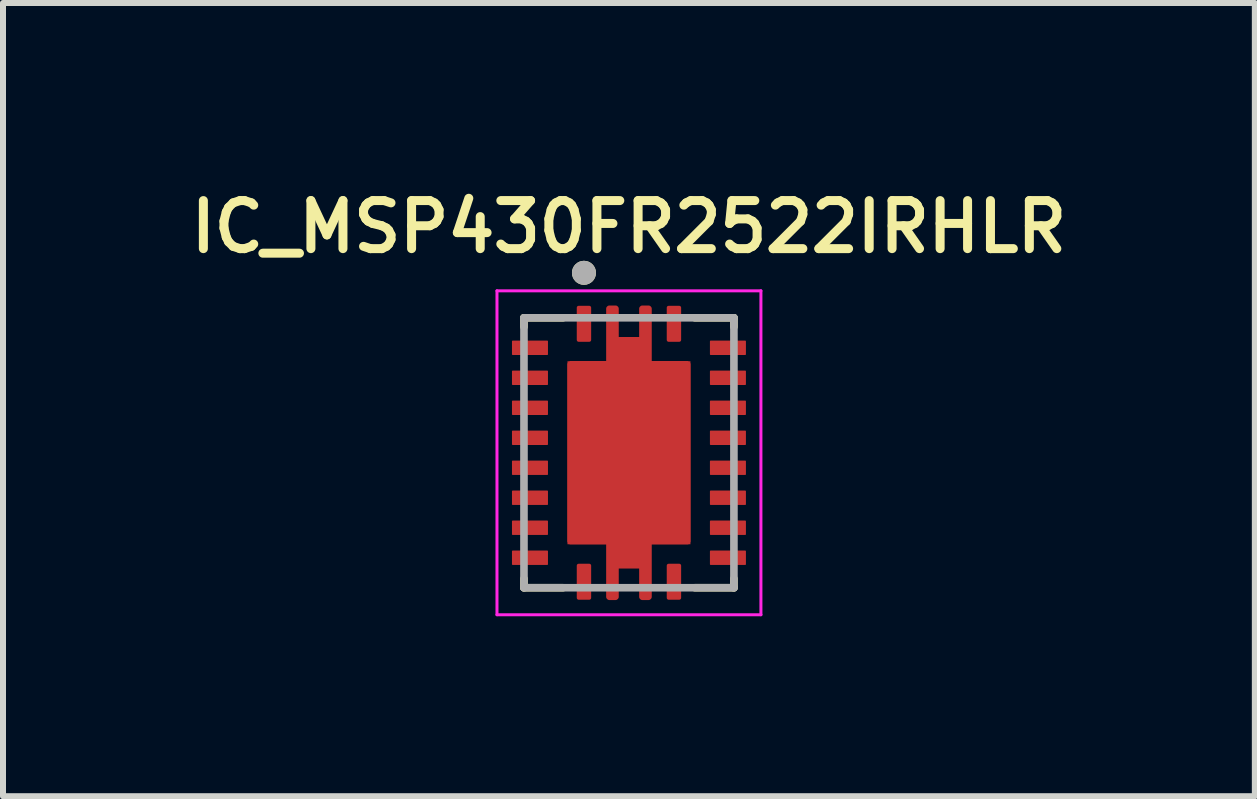
<source format=kicad_pcb>
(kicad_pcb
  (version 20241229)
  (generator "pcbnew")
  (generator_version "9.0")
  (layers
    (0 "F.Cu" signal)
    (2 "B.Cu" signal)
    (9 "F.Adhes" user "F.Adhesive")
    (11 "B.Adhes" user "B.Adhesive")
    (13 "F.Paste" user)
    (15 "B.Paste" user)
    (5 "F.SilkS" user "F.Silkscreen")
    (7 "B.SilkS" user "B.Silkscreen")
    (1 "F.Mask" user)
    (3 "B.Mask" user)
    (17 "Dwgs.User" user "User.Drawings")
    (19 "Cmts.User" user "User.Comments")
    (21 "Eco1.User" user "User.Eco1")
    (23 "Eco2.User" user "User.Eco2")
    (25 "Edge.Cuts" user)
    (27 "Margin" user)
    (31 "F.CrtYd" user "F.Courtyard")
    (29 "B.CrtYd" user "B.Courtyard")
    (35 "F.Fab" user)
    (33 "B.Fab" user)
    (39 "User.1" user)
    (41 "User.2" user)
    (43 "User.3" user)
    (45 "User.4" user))
  (footprint "IC_MSP430FR2522IRHLR"
    (layer "F.Cu")
    (at 7.435 4.498)
    (property "Reference" "IC_MSP430FR2522IRHLR" (at 0 -3.766 0) (layer "F.SilkS") (effects (font (size 0.801 0.801) (thickness 0.15))))
    (attr smd)
    (fp_poly (pts (xy -0.477 -1.627) (xy -0.477 -2.4) (xy -0.477 -2.408) (xy -0.476 -2.416) (xy -0.475 -2.424) (xy -0.474 -2.432) (xy -0.472 -2.439) (xy -0.47 -2.447) (xy -0.467 -2.454) (xy -0.464 -2.462) (xy -0.46 -2.469) (xy -0.457 -2.476) (xy -0.452 -2.483) (xy -0.448 -2.489) (xy -0.443 -2.496) (xy -0.438 -2.502) (xy -0.432 -2.507) (xy -0.427 -2.513) (xy -0.421 -2.518) (xy -0.414 -2.523) (xy -0.408 -2.527) (xy -0.401 -2.532) (xy -0.394 -2.535) (xy -0.387 -2.539) (xy -0.379 -2.542) (xy -0.372 -2.545) (xy -0.364 -2.547) (xy -0.357 -2.549) (xy -0.349 -2.55) (xy -0.341 -2.551) (xy -0.333 -2.552) (xy -0.325 -2.552) (xy -0.225 -2.552) (xy -0.217 -2.552) (xy -0.209 -2.551) (xy -0.201 -2.55) (xy -0.193 -2.549) (xy -0.186 -2.547) (xy -0.178 -2.545) (xy -0.171 -2.542) (xy -0.163 -2.539) (xy -0.156 -2.535) (xy -0.149 -2.532) (xy -0.142 -2.527) (xy -0.136 -2.523) (xy -0.129 -2.518) (xy -0.123 -2.513) (xy -0.118 -2.507) (xy -0.112 -2.502) (xy -0.107 -2.496) (xy -0.102 -2.489) (xy -0.098 -2.483) (xy -0.093 -2.476) (xy -0.09 -2.469) (xy -0.086 -2.462) (xy -0.083 -2.454) (xy -0.08 -2.447) (xy -0.078 -2.439) (xy -0.076 -2.432) (xy -0.075 -2.424) (xy -0.074 -2.416) (xy -0.073 -2.408) (xy -0.073 -2.4) (xy -0.073 -2.027) (xy 0.072 -2.027) (xy 0.073 -2.027) (xy 0.073 -2.402) (xy 0.073 -2.41) (xy 0.074 -2.418) (xy 0.075 -2.425) (xy 0.076 -2.433) (xy 0.078 -2.441) (xy 0.08 -2.448) (xy 0.083 -2.456) (xy 0.086 -2.463) (xy 0.089 -2.47) (xy 0.093 -2.477) (xy 0.097 -2.484) (xy 0.102 -2.49) (xy 0.106 -2.496) (xy 0.112 -2.502) (xy 0.117 -2.508) (xy 0.123 -2.513) (xy 0.129 -2.519) (xy 0.135 -2.523) (xy 0.141 -2.528) (xy 0.148 -2.532) (xy 0.155 -2.536) (xy 0.162 -2.539) (xy 0.169 -2.542) (xy 0.177 -2.545) (xy 0.184 -2.547) (xy 0.192 -2.549) (xy 0.2 -2.55) (xy 0.207 -2.551) (xy 0.215 -2.552) (xy 0.223 -2.552) (xy 0.326 -2.552) (xy 0.334 -2.552) (xy 0.342 -2.551) (xy 0.35 -2.55) (xy 0.357 -2.549) (xy 0.365 -2.547) (xy 0.373 -2.545) (xy 0.38 -2.542) (xy 0.387 -2.539) (xy 0.395 -2.536) (xy 0.401 -2.532) (xy 0.408 -2.528) (xy 0.415 -2.523) (xy 0.421 -2.518) (xy 0.427 -2.513) (xy 0.433 -2.508) (xy 0.438 -2.502) (xy 0.443 -2.496) (xy 0.448 -2.49) (xy 0.453 -2.483) (xy 0.457 -2.476) (xy 0.461 -2.47) (xy 0.464 -2.462) (xy 0.467 -2.455) (xy 0.47 -2.448) (xy 0.472 -2.44) (xy 0.474 -2.432) (xy 0.475 -2.425) (xy 0.476 -2.417) (xy 0.477 -2.409) (xy 0.477 -2.401) (xy 0.477 -1.627) (xy 0.975 -1.627) (xy 0.983 -1.627) (xy 0.991 -1.626) (xy 0.999 -1.625) (xy 1.007 -1.624) (xy 1.014 -1.622) (xy 1.022 -1.62) (xy 1.029 -1.617) (xy 1.037 -1.614) (xy 1.044 -1.61) (xy 1.051 -1.607) (xy 1.058 -1.602) (xy 1.064 -1.598) (xy 1.071 -1.593) (xy 1.077 -1.588) (xy 1.082 -1.582) (xy 1.088 -1.577) (xy 1.093 -1.571) (xy 1.098 -1.564) (xy 1.102 -1.558) (xy 1.107 -1.551) (xy 1.11 -1.544) (xy 1.114 -1.537) (xy 1.117 -1.529) (xy 1.12 -1.522) (xy 1.122 -1.514) (xy 1.124 -1.507) (xy 1.125 -1.499) (xy 1.126 -1.491) (xy 1.127 -1.483) (xy 1.127 -1.475) (xy 1.127 1.476) (xy 1.127 1.484) (xy 1.126 1.492) (xy 1.125 1.499) (xy 1.124 1.507) (xy 1.122 1.515) (xy 1.12 1.522) (xy 1.117 1.53) (xy 1.114 1.537) (xy 1.111 1.544) (xy 1.107 1.551) (xy 1.103 1.558) (xy 1.098 1.564) (xy 1.094 1.57) (xy 1.088 1.576) (xy 1.083 1.582) (xy 1.077 1.587) (xy 1.071 1.593) (xy 1.065 1.597) (xy 1.059 1.602) (xy 1.052 1.606) (xy 1.045 1.61) (xy 1.038 1.613) (xy 1.031 1.616) (xy 1.023 1.619) (xy 1.016 1.621) (xy 1.008 1.623) (xy 1 1.624) (xy 0.993 1.625) (xy 0.985 1.626) (xy 0.977 1.626) (xy 0.478 1.626) (xy 0.477 1.626) (xy 0.477 1.627) (xy 0.477 2.401) (xy 0.477 2.409) (xy 0.476 2.417) (xy 0.475 2.424) (xy 0.474 2.432) (xy 0.472 2.44) (xy 0.47 2.447) (xy 0.467 2.455) (xy 0.464 2.462) (xy 0.461 2.469) (xy 0.457 2.476) (xy 0.453 2.483) (xy 0.448 2.489) (xy 0.444 2.495) (xy 0.438 2.501) (xy 0.433 2.507) (xy 0.427 2.512) (xy 0.421 2.518) (xy 0.415 2.522) (xy 0.409 2.527) (xy 0.402 2.531) (xy 0.395 2.535) (xy 0.388 2.538) (xy 0.381 2.541) (xy 0.373 2.544) (xy 0.366 2.546) (xy 0.358 2.548) (xy 0.35 2.549) (xy 0.343 2.55) (xy 0.335 2.551) (xy 0.327 2.551) (xy 0.222 2.551) (xy 0.214 2.551) (xy 0.206 2.55) (xy 0.199 2.549) (xy 0.191 2.548) (xy 0.183 2.546) (xy 0.176 2.544) (xy 0.169 2.541) (xy 0.161 2.538) (xy 0.154 2.535) (xy 0.147 2.531) (xy 0.141 2.527) (xy 0.134 2.523) (xy 0.128 2.518) (xy 0.122 2.513) (xy 0.117 2.507) (xy 0.111 2.502) (xy 0.106 2.496) (xy 0.101 2.49) (xy 0.097 2.483) (xy 0.093 2.477) (xy 0.089 2.47) (xy 0.086 2.463) (xy 0.083 2.455) (xy 0.08 2.448) (xy 0.078 2.441) (xy 0.076 2.433) (xy 0.075 2.425) (xy 0.074 2.418) (xy 0.073 2.41) (xy 0.073 2.402) (xy 0.073 2.027) (xy -0.072 2.027) (xy -0.073 2.027) (xy -0.073 2.028) (xy -0.073 2.401) (xy -0.073 2.409) (xy -0.074 2.417) (xy -0.075 2.424) (xy -0.076 2.432) (xy -0.078 2.44) (xy -0.08 2.447) (xy -0.083 2.455) (xy -0.086 2.462) (xy -0.089 2.469) (xy -0.093 2.476) (xy -0.097 2.483) (xy -0.102 2.489) (xy -0.106 2.495) (xy -0.112 2.501) (xy -0.117 2.507) (xy -0.123 2.512) (xy -0.129 2.518) (xy -0.135 2.522) (xy -0.141 2.527) (xy -0.148 2.531) (xy -0.155 2.535) (xy -0.162 2.538) (xy -0.169 2.541) (xy -0.177 2.544) (xy -0.184 2.546) (xy -0.192 2.548) (xy -0.2 2.549) (xy -0.207 2.55) (xy -0.215 2.551) (xy -0.223 2.551) (xy -0.329 2.551) (xy -0.337 2.551) (xy -0.344 2.55) (xy -0.352 2.549) (xy -0.36 2.548) (xy -0.367 2.546) (xy -0.375 2.544) (xy -0.382 2.541) (xy -0.389 2.538) (xy -0.396 2.535) (xy -0.403 2.531) (xy -0.41 2.527) (xy -0.416 2.523) (xy -0.422 2.518) (xy -0.428 2.513) (xy -0.434 2.508) (xy -0.439 2.502) (xy -0.444 2.496) (xy -0.449 2.49) (xy -0.453 2.484) (xy -0.457 2.477) (xy -0.461 2.47) (xy -0.464 2.463) (xy -0.467 2.456) (xy -0.47 2.449) (xy -0.472 2.441) (xy -0.474 2.434) (xy -0.475 2.426) (xy -0.476 2.418) (xy -0.477 2.411) (xy -0.477 2.403) (xy -0.477 1.627) (xy -0.975 1.627) (xy -0.983 1.627) (xy -0.991 1.626) (xy -0.999 1.625) (xy -1.007 1.624) (xy -1.014 1.622) (xy -1.022 1.62) (xy -1.029 1.617) (xy -1.037 1.614) (xy -1.044 1.61) (xy -1.051 1.607) (xy -1.058 1.602) (xy -1.064 1.598) (xy -1.071 1.593) (xy -1.077 1.588) (xy -1.082 1.582) (xy -1.088 1.577) (xy -1.093 1.571) (xy -1.098 1.564) (xy -1.102 1.558) (xy -1.107 1.551) (xy -1.11 1.544) (xy -1.114 1.537) (xy -1.117 1.529) (xy -1.12 1.522) (xy -1.122 1.514) (xy -1.124 1.507) (xy -1.125 1.499) (xy -1.126 1.491) (xy -1.127 1.483) (xy -1.127 1.475) (xy -1.127 -1.474) (xy -1.127 -1.482) (xy -1.126 -1.49) (xy -1.125 -1.498) (xy -1.124 -1.506) (xy -1.122 -1.513) (xy -1.12 -1.521) (xy -1.117 -1.528) (xy -1.114 -1.536) (xy -1.11 -1.543) (xy -1.107 -1.55) (xy -1.102 -1.557) (xy -1.098 -1.563) (xy -1.093 -1.57) (xy -1.088 -1.576) (xy -1.082 -1.581) (xy -1.077 -1.587) (xy -1.071 -1.592) (xy -1.064 -1.597) (xy -1.058 -1.601) (xy -1.051 -1.606) (xy -1.044 -1.609) (xy -1.037 -1.613) (xy -1.029 -1.616) (xy -1.022 -1.619) (xy -1.014 -1.621) (xy -1.007 -1.623) (xy -0.999 -1.624) (xy -0.991 -1.625) (xy -0.983 -1.626) (xy -0.975 -1.626) (xy -0.478 -1.626) (xy -0.477 -1.626) (xy -0.477 -1.627)) (stroke (width 0.01) (type solid)) (fill yes) (layer "F.Mask"))
    (fp_line (start -1.75 -2.25) (end -1.1 -2.25) (stroke (width 0.127) (type solid)) (layer "F.SilkS"))
    (fp_line (start -1.75 -2.1) (end -1.75 -2.25) (stroke (width 0.127) (type solid)) (layer "F.SilkS"))
    (fp_line (start -1.75 2.1) (end -1.75 2.25) (stroke (width 0.127) (type solid)) (layer "F.SilkS"))
    (fp_line (start -1.75 2.25) (end -1.1 2.25) (stroke (width 0.127) (type solid)) (layer "F.SilkS"))
    (fp_line (start 1.1 -2.25) (end 1.75 -2.25) (stroke (width 0.127) (type solid)) (layer "F.SilkS"))
    (fp_line (start 1.1 2.25) (end 1.75 2.25) (stroke (width 0.127) (type solid)) (layer "F.SilkS"))
    (fp_line (start 1.75 -2.25) (end 1.75 -2.1) (stroke (width 0.127) (type solid)) (layer "F.SilkS"))
    (fp_line (start 1.75 2.25) (end 1.75 2.1) (stroke (width 0.127) (type solid)) (layer "F.SilkS"))
    (fp_circle (center -0.75 -3) (end -0.65 -3) (stroke (width 0.2) (type solid)) (fill no) (layer "F.SilkS"))
    (fp_poly (pts (xy -1.02 -1.425) (xy -1.02 -0.675) (xy -1.02 -0.672) (xy -1.02 -0.67) (xy -1.019 -0.667) (xy -1.019 -0.665) (xy -1.018 -0.662) (xy -1.018 -0.66) (xy -1.017 -0.657) (xy -1.016 -0.655) (xy -1.015 -0.652) (xy -1.013 -0.65) (xy -1.012 -0.648) (xy -1.01 -0.646) (xy -1.009 -0.644) (xy -1.007 -0.642) (xy -1.005 -0.64) (xy -1.003 -0.638) (xy -1.001 -0.636) (xy -0.999 -0.635) (xy -0.997 -0.633) (xy -0.995 -0.632) (xy -0.993 -0.63) (xy -0.99 -0.629) (xy -0.988 -0.628) (xy -0.985 -0.627) (xy -0.983 -0.627) (xy -0.98 -0.626) (xy -0.978 -0.626) (xy -0.975 -0.625) (xy -0.973 -0.625) (xy -0.97 -0.625) (xy -0.15 -0.625) (xy -0.147 -0.625) (xy -0.145 -0.625) (xy -0.142 -0.626) (xy -0.14 -0.626) (xy -0.137 -0.627) (xy -0.135 -0.627) (xy -0.132 -0.628) (xy -0.13 -0.629) (xy -0.127 -0.63) (xy -0.125 -0.632) (xy -0.123 -0.633) (xy -0.121 -0.635) (xy -0.119 -0.636) (xy -0.117 -0.638) (xy -0.115 -0.64) (xy -0.113 -0.642) (xy -0.111 -0.644) (xy -0.11 -0.646) (xy -0.108 -0.648) (xy -0.107 -0.65) (xy -0.105 -0.652) (xy -0.104 -0.655) (xy -0.103 -0.657) (xy -0.102 -0.66) (xy -0.102 -0.662) (xy -0.101 -0.665) (xy -0.101 -0.667) (xy -0.1 -0.67) (xy -0.1 -0.672) (xy -0.1 -0.675) (xy -0.1 -1.425) (xy -0.1 -1.428) (xy -0.1 -1.43) (xy -0.101 -1.433) (xy -0.101 -1.435) (xy -0.102 -1.438) (xy -0.102 -1.44) (xy -0.103 -1.443) (xy -0.104 -1.445) (xy -0.105 -1.448) (xy -0.107 -1.45) (xy -0.108 -1.452) (xy -0.11 -1.454) (xy -0.111 -1.456) (xy -0.113 -1.458) (xy -0.115 -1.46) (xy -0.117 -1.462) (xy -0.119 -1.464) (xy -0.121 -1.465) (xy -0.123 -1.467) (xy -0.125 -1.468) (xy -0.127 -1.47) (xy -0.13 -1.471) (xy -0.132 -1.472) (xy -0.135 -1.473) (xy -0.137 -1.473) (xy -0.14 -1.474) (xy -0.142 -1.474) (xy -0.145 -1.475) (xy -0.147 -1.475) (xy -0.15 -1.475) (xy -0.97 -1.475) (xy -0.973 -1.475) (xy -0.975 -1.475) (xy -0.978 -1.474) (xy -0.98 -1.474) (xy -0.983 -1.473) (xy -0.985 -1.473) (xy -0.988 -1.472) (xy -0.99 -1.471) (xy -0.993 -1.47) (xy -0.995 -1.468) (xy -0.997 -1.467) (xy -0.999 -1.465) (xy -1.001 -1.464) (xy -1.003 -1.462) (xy -1.005 -1.46) (xy -1.007 -1.458) (xy -1.009 -1.456) (xy -1.01 -1.454) (xy -1.012 -1.452) (xy -1.013 -1.45) (xy -1.015 -1.448) (xy -1.016 -1.445) (xy -1.017 -1.443) (xy -1.018 -1.44) (xy -1.018 -1.438) (xy -1.019 -1.435) (xy -1.019 -1.433) (xy -1.02 -1.43) (xy -1.02 -1.428) (xy -1.02 -1.425)) (stroke (width 0.01) (type solid)) (fill yes) (layer "F.Paste"))
    (fp_poly (pts (xy -1.02 0.675) (xy -1.02 1.425) (xy -1.02 1.428) (xy -1.02 1.43) (xy -1.019 1.433) (xy -1.019 1.435) (xy -1.018 1.438) (xy -1.018 1.44) (xy -1.017 1.443) (xy -1.016 1.445) (xy -1.015 1.448) (xy -1.013 1.45) (xy -1.012 1.452) (xy -1.01 1.454) (xy -1.009 1.456) (xy -1.007 1.458) (xy -1.005 1.46) (xy -1.003 1.462) (xy -1.001 1.464) (xy -0.999 1.465) (xy -0.997 1.467) (xy -0.995 1.468) (xy -0.993 1.47) (xy -0.99 1.471) (xy -0.988 1.472) (xy -0.985 1.473) (xy -0.983 1.473) (xy -0.98 1.474) (xy -0.978 1.474) (xy -0.975 1.475) (xy -0.973 1.475) (xy -0.97 1.475) (xy -0.15 1.475) (xy -0.147 1.475) (xy -0.145 1.475) (xy -0.142 1.474) (xy -0.14 1.474) (xy -0.137 1.473) (xy -0.135 1.473) (xy -0.132 1.472) (xy -0.13 1.471) (xy -0.127 1.47) (xy -0.125 1.468) (xy -0.123 1.467) (xy -0.121 1.465) (xy -0.119 1.464) (xy -0.117 1.462) (xy -0.115 1.46) (xy -0.113 1.458) (xy -0.111 1.456) (xy -0.11 1.454) (xy -0.108 1.452) (xy -0.107 1.45) (xy -0.105 1.448) (xy -0.104 1.445) (xy -0.103 1.443) (xy -0.102 1.44) (xy -0.102 1.438) (xy -0.101 1.435) (xy -0.101 1.433) (xy -0.1 1.43) (xy -0.1 1.428) (xy -0.1 1.425) (xy -0.1 0.675) (xy -0.1 0.672) (xy -0.1 0.67) (xy -0.101 0.667) (xy -0.101 0.665) (xy -0.102 0.662) (xy -0.102 0.66) (xy -0.103 0.657) (xy -0.104 0.655) (xy -0.105 0.652) (xy -0.107 0.65) (xy -0.108 0.648) (xy -0.11 0.646) (xy -0.111 0.644) (xy -0.113 0.642) (xy -0.115 0.64) (xy -0.117 0.638) (xy -0.119 0.636) (xy -0.121 0.635) (xy -0.123 0.633) (xy -0.125 0.632) (xy -0.127 0.63) (xy -0.13 0.629) (xy -0.132 0.628) (xy -0.135 0.627) (xy -0.137 0.627) (xy -0.14 0.626) (xy -0.142 0.626) (xy -0.145 0.625) (xy -0.147 0.625) (xy -0.15 0.625) (xy -0.97 0.625) (xy -0.973 0.625) (xy -0.975 0.625) (xy -0.978 0.626) (xy -0.98 0.626) (xy -0.983 0.627) (xy -0.985 0.627) (xy -0.988 0.628) (xy -0.99 0.629) (xy -0.993 0.63) (xy -0.995 0.632) (xy -0.997 0.633) (xy -0.999 0.635) (xy -1.001 0.636) (xy -1.003 0.638) (xy -1.005 0.64) (xy -1.007 0.642) (xy -1.009 0.644) (xy -1.01 0.646) (xy -1.012 0.648) (xy -1.013 0.65) (xy -1.015 0.652) (xy -1.016 0.655) (xy -1.017 0.657) (xy -1.018 0.66) (xy -1.018 0.662) (xy -1.019 0.665) (xy -1.019 0.667) (xy -1.02 0.67) (xy -1.02 0.672) (xy -1.02 0.675)) (stroke (width 0.01) (type solid)) (fill yes) (layer "F.Paste"))
    (fp_poly (pts (xy -0.15 -0.425) (xy -0.97 -0.425) (xy -0.973 -0.425) (xy -0.975 -0.425) (xy -0.978 -0.424) (xy -0.98 -0.424) (xy -0.983 -0.423) (xy -0.985 -0.423) (xy -0.988 -0.422) (xy -0.99 -0.421) (xy -0.993 -0.42) (xy -0.995 -0.418) (xy -0.997 -0.417) (xy -0.999 -0.415) (xy -1.001 -0.414) (xy -1.003 -0.412) (xy -1.005 -0.41) (xy -1.007 -0.408) (xy -1.009 -0.406) (xy -1.01 -0.404) (xy -1.012 -0.402) (xy -1.013 -0.4) (xy -1.015 -0.398) (xy -1.016 -0.395) (xy -1.017 -0.393) (xy -1.018 -0.39) (xy -1.018 -0.388) (xy -1.019 -0.385) (xy -1.019 -0.383) (xy -1.02 -0.38) (xy -1.02 -0.378) (xy -1.02 -0.375) (xy -1.02 0.375) (xy -1.02 0.378) (xy -1.02 0.38) (xy -1.019 0.383) (xy -1.019 0.385) (xy -1.018 0.388) (xy -1.018 0.39) (xy -1.017 0.393) (xy -1.016 0.395) (xy -1.015 0.398) (xy -1.013 0.4) (xy -1.012 0.402) (xy -1.01 0.404) (xy -1.009 0.406) (xy -1.007 0.408) (xy -1.005 0.41) (xy -1.003 0.412) (xy -1.001 0.414) (xy -0.999 0.415) (xy -0.997 0.417) (xy -0.995 0.418) (xy -0.993 0.42) (xy -0.99 0.421) (xy -0.988 0.422) (xy -0.985 0.423) (xy -0.983 0.423) (xy -0.98 0.424) (xy -0.978 0.424) (xy -0.975 0.425) (xy -0.973 0.425) (xy -0.97 0.425) (xy -0.15 0.425) (xy -0.147 0.425) (xy -0.145 0.425) (xy -0.142 0.424) (xy -0.14 0.424) (xy -0.137 0.423) (xy -0.135 0.423) (xy -0.132 0.422) (xy -0.13 0.421) (xy -0.127 0.42) (xy -0.125 0.418) (xy -0.123 0.417) (xy -0.121 0.415) (xy -0.119 0.414) (xy -0.117 0.412) (xy -0.115 0.41) (xy -0.113 0.408) (xy -0.111 0.406) (xy -0.11 0.404) (xy -0.108 0.402) (xy -0.107 0.4) (xy -0.105 0.398) (xy -0.104 0.395) (xy -0.103 0.393) (xy -0.102 0.39) (xy -0.102 0.388) (xy -0.101 0.385) (xy -0.101 0.383) (xy -0.1 0.38) (xy -0.1 0.378) (xy -0.1 0.375) (xy -0.1 -0.375) (xy -0.1 -0.378) (xy -0.1 -0.38) (xy -0.101 -0.383) (xy -0.101 -0.385) (xy -0.102 -0.388) (xy -0.102 -0.39) (xy -0.103 -0.393) (xy -0.104 -0.395) (xy -0.105 -0.398) (xy -0.107 -0.4) (xy -0.108 -0.402) (xy -0.11 -0.404) (xy -0.111 -0.406) (xy -0.113 -0.408) (xy -0.115 -0.41) (xy -0.117 -0.412) (xy -0.119 -0.414) (xy -0.121 -0.415) (xy -0.123 -0.417) (xy -0.125 -0.418) (xy -0.127 -0.42) (xy -0.13 -0.421) (xy -0.132 -0.422) (xy -0.135 -0.423) (xy -0.137 -0.423) (xy -0.14 -0.424) (xy -0.142 -0.424) (xy -0.145 -0.425) (xy -0.147 -0.425) (xy -0.15 -0.425)) (stroke (width 0.01) (type solid)) (fill yes) (layer "F.Paste"))
    (fp_poly (pts (xy 0.1 -1.425) (xy 0.1 -0.675) (xy 0.1 -0.672) (xy 0.1 -0.67) (xy 0.101 -0.667) (xy 0.101 -0.665) (xy 0.102 -0.662) (xy 0.102 -0.66) (xy 0.103 -0.657) (xy 0.104 -0.655) (xy 0.105 -0.652) (xy 0.107 -0.65) (xy 0.108 -0.648) (xy 0.11 -0.646) (xy 0.111 -0.644) (xy 0.113 -0.642) (xy 0.115 -0.64) (xy 0.117 -0.638) (xy 0.119 -0.636) (xy 0.121 -0.635) (xy 0.123 -0.633) (xy 0.125 -0.632) (xy 0.127 -0.63) (xy 0.13 -0.629) (xy 0.132 -0.628) (xy 0.135 -0.627) (xy 0.137 -0.627) (xy 0.14 -0.626) (xy 0.142 -0.626) (xy 0.145 -0.625) (xy 0.147 -0.625) (xy 0.15 -0.625) (xy 0.97 -0.625) (xy 0.973 -0.625) (xy 0.975 -0.625) (xy 0.978 -0.626) (xy 0.98 -0.626) (xy 0.983 -0.627) (xy 0.985 -0.627) (xy 0.988 -0.628) (xy 0.99 -0.629) (xy 0.993 -0.63) (xy 0.995 -0.632) (xy 0.997 -0.633) (xy 0.999 -0.635) (xy 1.001 -0.636) (xy 1.003 -0.638) (xy 1.005 -0.64) (xy 1.007 -0.642) (xy 1.009 -0.644) (xy 1.01 -0.646) (xy 1.012 -0.648) (xy 1.013 -0.65) (xy 1.015 -0.652) (xy 1.016 -0.655) (xy 1.017 -0.657) (xy 1.018 -0.66) (xy 1.018 -0.662) (xy 1.019 -0.665) (xy 1.019 -0.667) (xy 1.02 -0.67) (xy 1.02 -0.672) (xy 1.02 -0.675) (xy 1.02 -1.425) (xy 1.02 -1.428) (xy 1.02 -1.43) (xy 1.019 -1.433) (xy 1.019 -1.435) (xy 1.018 -1.438) (xy 1.018 -1.44) (xy 1.017 -1.443) (xy 1.016 -1.445) (xy 1.015 -1.448) (xy 1.013 -1.45) (xy 1.012 -1.452) (xy 1.01 -1.454) (xy 1.009 -1.456) (xy 1.007 -1.458) (xy 1.005 -1.46) (xy 1.003 -1.462) (xy 1.001 -1.464) (xy 0.999 -1.465) (xy 0.997 -1.467) (xy 0.995 -1.468) (xy 0.993 -1.47) (xy 0.99 -1.471) (xy 0.988 -1.472) (xy 0.985 -1.473) (xy 0.983 -1.473) (xy 0.98 -1.474) (xy 0.978 -1.474) (xy 0.975 -1.475) (xy 0.973 -1.475) (xy 0.97 -1.475) (xy 0.15 -1.475) (xy 0.147 -1.475) (xy 0.145 -1.475) (xy 0.142 -1.474) (xy 0.14 -1.474) (xy 0.137 -1.473) (xy 0.135 -1.473) (xy 0.132 -1.472) (xy 0.13 -1.471) (xy 0.127 -1.47) (xy 0.125 -1.468) (xy 0.123 -1.467) (xy 0.121 -1.465) (xy 0.119 -1.464) (xy 0.117 -1.462) (xy 0.115 -1.46) (xy 0.113 -1.458) (xy 0.111 -1.456) (xy 0.11 -1.454) (xy 0.108 -1.452) (xy 0.107 -1.45) (xy 0.105 -1.448) (xy 0.104 -1.445) (xy 0.103 -1.443) (xy 0.102 -1.44) (xy 0.102 -1.438) (xy 0.101 -1.435) (xy 0.101 -1.433) (xy 0.1 -1.43) (xy 0.1 -1.428) (xy 0.1 -1.425)) (stroke (width 0.01) (type solid)) (fill yes) (layer "F.Paste"))
    (fp_poly (pts (xy 0.97 -0.425) (xy 0.15 -0.425) (xy 0.147 -0.425) (xy 0.145 -0.425) (xy 0.142 -0.424) (xy 0.14 -0.424) (xy 0.137 -0.423) (xy 0.135 -0.423) (xy 0.132 -0.422) (xy 0.13 -0.421) (xy 0.127 -0.42) (xy 0.125 -0.418) (xy 0.123 -0.417) (xy 0.121 -0.415) (xy 0.119 -0.414) (xy 0.117 -0.412) (xy 0.115 -0.41) (xy 0.113 -0.408) (xy 0.111 -0.406) (xy 0.11 -0.404) (xy 0.108 -0.402) (xy 0.107 -0.4) (xy 0.105 -0.398) (xy 0.104 -0.395) (xy 0.103 -0.393) (xy 0.102 -0.39) (xy 0.102 -0.388) (xy 0.101 -0.385) (xy 0.101 -0.383) (xy 0.1 -0.38) (xy 0.1 -0.378) (xy 0.1 -0.375) (xy 0.1 0.375) (xy 0.1 0.378) (xy 0.1 0.38) (xy 0.101 0.383) (xy 0.101 0.385) (xy 0.102 0.388) (xy 0.102 0.39) (xy 0.103 0.393) (xy 0.104 0.395) (xy 0.105 0.398) (xy 0.107 0.4) (xy 0.108 0.402) (xy 0.11 0.404) (xy 0.111 0.406) (xy 0.113 0.408) (xy 0.115 0.41) (xy 0.117 0.412) (xy 0.119 0.414) (xy 0.121 0.415) (xy 0.123 0.417) (xy 0.125 0.418) (xy 0.127 0.42) (xy 0.13 0.421) (xy 0.132 0.422) (xy 0.135 0.423) (xy 0.137 0.423) (xy 0.14 0.424) (xy 0.142 0.424) (xy 0.145 0.425) (xy 0.147 0.425) (xy 0.15 0.425) (xy 0.97 0.425) (xy 0.973 0.425) (xy 0.975 0.425) (xy 0.978 0.424) (xy 0.98 0.424) (xy 0.983 0.423) (xy 0.985 0.423) (xy 0.988 0.422) (xy 0.99 0.421) (xy 0.993 0.42) (xy 0.995 0.418) (xy 0.997 0.417) (xy 0.999 0.415) (xy 1.001 0.414) (xy 1.003 0.412) (xy 1.005 0.41) (xy 1.007 0.408) (xy 1.009 0.406) (xy 1.01 0.404) (xy 1.012 0.402) (xy 1.013 0.4) (xy 1.015 0.398) (xy 1.016 0.395) (xy 1.017 0.393) (xy 1.018 0.39) (xy 1.018 0.388) (xy 1.019 0.385) (xy 1.019 0.383) (xy 1.02 0.38) (xy 1.02 0.378) (xy 1.02 0.375) (xy 1.02 -0.375) (xy 1.02 -0.378) (xy 1.02 -0.38) (xy 1.019 -0.383) (xy 1.019 -0.385) (xy 1.018 -0.388) (xy 1.018 -0.39) (xy 1.017 -0.393) (xy 1.016 -0.395) (xy 1.015 -0.398) (xy 1.013 -0.4) (xy 1.012 -0.402) (xy 1.01 -0.404) (xy 1.009 -0.406) (xy 1.007 -0.408) (xy 1.005 -0.41) (xy 1.003 -0.412) (xy 1.001 -0.414) (xy 0.999 -0.415) (xy 0.997 -0.417) (xy 0.995 -0.418) (xy 0.993 -0.42) (xy 0.99 -0.421) (xy 0.988 -0.422) (xy 0.985 -0.423) (xy 0.983 -0.423) (xy 0.98 -0.424) (xy 0.978 -0.424) (xy 0.975 -0.425) (xy 0.973 -0.425) (xy 0.97 -0.425)) (stroke (width 0.01) (type solid)) (fill yes) (layer "F.Paste"))
    (fp_poly (pts (xy 0.97 0.625) (xy 0.15 0.625) (xy 0.147 0.625) (xy 0.145 0.625) (xy 0.142 0.626) (xy 0.14 0.626) (xy 0.137 0.627) (xy 0.135 0.627) (xy 0.132 0.628) (xy 0.13 0.629) (xy 0.127 0.63) (xy 0.125 0.632) (xy 0.123 0.633) (xy 0.121 0.635) (xy 0.119 0.636) (xy 0.117 0.638) (xy 0.115 0.64) (xy 0.113 0.642) (xy 0.111 0.644) (xy 0.11 0.646) (xy 0.108 0.648) (xy 0.107 0.65) (xy 0.105 0.652) (xy 0.104 0.655) (xy 0.103 0.657) (xy 0.102 0.66) (xy 0.102 0.662) (xy 0.101 0.665) (xy 0.101 0.667) (xy 0.1 0.67) (xy 0.1 0.672) (xy 0.1 0.675) (xy 0.1 1.425) (xy 0.1 1.428) (xy 0.1 1.43) (xy 0.101 1.433) (xy 0.101 1.435) (xy 0.102 1.438) (xy 0.102 1.44) (xy 0.103 1.443) (xy 0.104 1.445) (xy 0.105 1.448) (xy 0.107 1.45) (xy 0.108 1.452) (xy 0.11 1.454) (xy 0.111 1.456) (xy 0.113 1.458) (xy 0.115 1.46) (xy 0.117 1.462) (xy 0.119 1.464) (xy 0.121 1.465) (xy 0.123 1.467) (xy 0.125 1.468) (xy 0.127 1.47) (xy 0.13 1.471) (xy 0.132 1.472) (xy 0.135 1.473) (xy 0.137 1.473) (xy 0.14 1.474) (xy 0.142 1.474) (xy 0.145 1.475) (xy 0.147 1.475) (xy 0.15 1.475) (xy 0.97 1.475) (xy 0.973 1.475) (xy 0.975 1.475) (xy 0.978 1.474) (xy 0.98 1.474) (xy 0.983 1.473) (xy 0.985 1.473) (xy 0.988 1.472) (xy 0.99 1.471) (xy 0.993 1.47) (xy 0.995 1.468) (xy 0.997 1.467) (xy 0.999 1.465) (xy 1.001 1.464) (xy 1.003 1.462) (xy 1.005 1.46) (xy 1.007 1.458) (xy 1.009 1.456) (xy 1.01 1.454) (xy 1.012 1.452) (xy 1.013 1.45) (xy 1.015 1.448) (xy 1.016 1.445) (xy 1.017 1.443) (xy 1.018 1.44) (xy 1.018 1.438) (xy 1.019 1.435) (xy 1.019 1.433) (xy 1.02 1.43) (xy 1.02 1.428) (xy 1.02 1.425) (xy 1.02 0.675) (xy 1.02 0.672) (xy 1.02 0.67) (xy 1.019 0.667) (xy 1.019 0.665) (xy 1.018 0.662) (xy 1.018 0.66) (xy 1.017 0.657) (xy 1.016 0.655) (xy 1.015 0.652) (xy 1.013 0.65) (xy 1.012 0.648) (xy 1.01 0.646) (xy 1.009 0.644) (xy 1.007 0.642) (xy 1.005 0.64) (xy 1.003 0.638) (xy 1.001 0.636) (xy 0.999 0.635) (xy 0.997 0.633) (xy 0.995 0.632) (xy 0.993 0.63) (xy 0.99 0.629) (xy 0.988 0.628) (xy 0.985 0.627) (xy 0.983 0.627) (xy 0.98 0.626) (xy 0.978 0.626) (xy 0.975 0.625) (xy 0.973 0.625) (xy 0.97 0.625)) (stroke (width 0.01) (type solid)) (fill yes) (layer "F.Paste"))
    (fp_poly (pts (xy -0.325 1.675) (xy 0.325 1.675) (xy 0.328 1.675) (xy 0.33 1.675) (xy 0.333 1.676) (xy 0.335 1.676) (xy 0.338 1.677) (xy 0.34 1.677) (xy 0.343 1.678) (xy 0.345 1.679) (xy 0.348 1.68) (xy 0.35 1.682) (xy 0.352 1.683) (xy 0.354 1.685) (xy 0.356 1.686) (xy 0.358 1.688) (xy 0.36 1.69) (xy 0.362 1.692) (xy 0.364 1.694) (xy 0.365 1.696) (xy 0.367 1.698) (xy 0.368 1.7) (xy 0.37 1.702) (xy 0.371 1.705) (xy 0.372 1.707) (xy 0.373 1.71) (xy 0.373 1.712) (xy 0.374 1.715) (xy 0.374 1.717) (xy 0.375 1.72) (xy 0.375 1.722) (xy 0.375 1.725) (xy 0.375 2.4) (xy 0.375 2.403) (xy 0.375 2.405) (xy 0.374 2.408) (xy 0.374 2.41) (xy 0.373 2.413) (xy 0.373 2.415) (xy 0.372 2.418) (xy 0.371 2.42) (xy 0.37 2.423) (xy 0.368 2.425) (xy 0.367 2.427) (xy 0.365 2.429) (xy 0.364 2.431) (xy 0.362 2.433) (xy 0.36 2.435) (xy 0.358 2.437) (xy 0.356 2.439) (xy 0.354 2.44) (xy 0.352 2.442) (xy 0.35 2.443) (xy 0.348 2.445) (xy 0.345 2.446) (xy 0.343 2.447) (xy 0.34 2.448) (xy 0.338 2.448) (xy 0.335 2.449) (xy 0.333 2.449) (xy 0.33 2.45) (xy 0.328 2.45) (xy 0.325 2.45) (xy 0.225 2.45) (xy 0.222 2.45) (xy 0.22 2.45) (xy 0.217 2.449) (xy 0.215 2.449) (xy 0.212 2.448) (xy 0.21 2.448) (xy 0.207 2.447) (xy 0.205 2.446) (xy 0.202 2.445) (xy 0.2 2.443) (xy 0.198 2.442) (xy 0.196 2.44) (xy 0.194 2.439) (xy 0.192 2.437) (xy 0.19 2.435) (xy 0.188 2.433) (xy 0.186 2.431) (xy 0.185 2.429) (xy 0.183 2.427) (xy 0.182 2.425) (xy 0.18 2.423) (xy 0.179 2.42) (xy 0.178 2.418) (xy 0.177 2.415) (xy 0.177 2.413) (xy 0.176 2.41) (xy 0.176 2.408) (xy 0.175 2.405) (xy 0.175 2.403) (xy 0.175 2.4) (xy 0.175 1.925) (xy -0.175 1.925) (xy -0.175 2.4) (xy -0.175 2.403) (xy -0.175 2.405) (xy -0.176 2.408) (xy -0.176 2.41) (xy -0.177 2.413) (xy -0.177 2.415) (xy -0.178 2.418) (xy -0.179 2.42) (xy -0.18 2.423) (xy -0.182 2.425) (xy -0.183 2.427) (xy -0.185 2.429) (xy -0.186 2.431) (xy -0.188 2.433) (xy -0.19 2.435) (xy -0.192 2.437) (xy -0.194 2.439) (xy -0.196 2.44) (xy -0.198 2.442) (xy -0.2 2.443) (xy -0.202 2.445) (xy -0.205 2.446) (xy -0.207 2.447) (xy -0.21 2.448) (xy -0.212 2.448) (xy -0.215 2.449) (xy -0.217 2.449) (xy -0.22 2.45) (xy -0.222 2.45) (xy -0.225 2.45) (xy -0.325 2.45) (xy -0.328 2.45) (xy -0.33 2.45) (xy -0.333 2.449) (xy -0.335 2.449) (xy -0.338 2.448) (xy -0.34 2.448) (xy -0.343 2.447) (xy -0.345 2.446) (xy -0.348 2.445) (xy -0.35 2.443) (xy -0.352 2.442) (xy -0.354 2.44) (xy -0.356 2.439) (xy -0.358 2.437) (xy -0.36 2.435) (xy -0.362 2.433) (xy -0.364 2.431) (xy -0.365 2.429) (xy -0.367 2.427) (xy -0.368 2.425) (xy -0.37 2.423) (xy -0.371 2.42) (xy -0.372 2.418) (xy -0.373 2.415) (xy -0.373 2.413) (xy -0.374 2.41) (xy -0.374 2.408) (xy -0.375 2.405) (xy -0.375 2.403) (xy -0.375 2.4) (xy -0.375 1.725) (xy -0.375 1.722) (xy -0.375 1.72) (xy -0.374 1.717) (xy -0.374 1.715) (xy -0.373 1.712) (xy -0.373 1.71) (xy -0.372 1.707) (xy -0.371 1.705) (xy -0.37 1.702) (xy -0.368 1.7) (xy -0.367 1.698) (xy -0.365 1.696) (xy -0.364 1.694) (xy -0.362 1.692) (xy -0.36 1.69) (xy -0.358 1.688) (xy -0.356 1.686) (xy -0.354 1.685) (xy -0.352 1.683) (xy -0.35 1.682) (xy -0.348 1.68) (xy -0.345 1.679) (xy -0.343 1.678) (xy -0.34 1.677) (xy -0.338 1.677) (xy -0.335 1.676) (xy -0.333 1.676) (xy -0.33 1.675) (xy -0.328 1.675) (xy -0.325 1.675)) (stroke (width 0.01) (type solid)) (fill yes) (layer "F.Paste"))
    (fp_poly (pts (xy 0.375 -2.4) (xy 0.375 -1.725) (xy 0.375 -1.722) (xy 0.375 -1.72) (xy 0.374 -1.717) (xy 0.374 -1.715) (xy 0.373 -1.712) (xy 0.373 -1.71) (xy 0.372 -1.707) (xy 0.371 -1.705) (xy 0.37 -1.702) (xy 0.368 -1.7) (xy 0.367 -1.698) (xy 0.365 -1.696) (xy 0.364 -1.694) (xy 0.362 -1.692) (xy 0.36 -1.69) (xy 0.358 -1.688) (xy 0.356 -1.686) (xy 0.354 -1.685) (xy 0.352 -1.683) (xy 0.35 -1.682) (xy 0.348 -1.68) (xy 0.345 -1.679) (xy 0.343 -1.678) (xy 0.34 -1.677) (xy 0.338 -1.677) (xy 0.335 -1.676) (xy 0.333 -1.676) (xy 0.33 -1.675) (xy 0.328 -1.675) (xy 0.325 -1.675) (xy -0.325 -1.675) (xy -0.328 -1.675) (xy -0.33 -1.675) (xy -0.333 -1.676) (xy -0.335 -1.676) (xy -0.338 -1.677) (xy -0.34 -1.677) (xy -0.343 -1.678) (xy -0.345 -1.679) (xy -0.348 -1.68) (xy -0.35 -1.682) (xy -0.352 -1.683) (xy -0.354 -1.685) (xy -0.356 -1.686) (xy -0.358 -1.688) (xy -0.36 -1.69) (xy -0.362 -1.692) (xy -0.364 -1.694) (xy -0.365 -1.696) (xy -0.367 -1.698) (xy -0.368 -1.7) (xy -0.37 -1.702) (xy -0.371 -1.705) (xy -0.372 -1.707) (xy -0.373 -1.71) (xy -0.373 -1.712) (xy -0.374 -1.715) (xy -0.374 -1.717) (xy -0.375 -1.72) (xy -0.375 -1.722) (xy -0.375 -1.725) (xy -0.375 -2.4) (xy -0.375 -2.403) (xy -0.375 -2.405) (xy -0.374 -2.408) (xy -0.374 -2.41) (xy -0.373 -2.413) (xy -0.373 -2.415) (xy -0.372 -2.418) (xy -0.371 -2.42) (xy -0.37 -2.423) (xy -0.368 -2.425) (xy -0.367 -2.427) (xy -0.365 -2.429) (xy -0.364 -2.431) (xy -0.362 -2.433) (xy -0.36 -2.435) (xy -0.358 -2.437) (xy -0.356 -2.439) (xy -0.354 -2.44) (xy -0.352 -2.442) (xy -0.35 -2.443) (xy -0.348 -2.445) (xy -0.345 -2.446) (xy -0.343 -2.447) (xy -0.34 -2.448) (xy -0.338 -2.448) (xy -0.335 -2.449) (xy -0.333 -2.449) (xy -0.33 -2.45) (xy -0.328 -2.45) (xy -0.325 -2.45) (xy -0.225 -2.45) (xy -0.222 -2.45) (xy -0.22 -2.45) (xy -0.217 -2.449) (xy -0.215 -2.449) (xy -0.212 -2.448) (xy -0.21 -2.448) (xy -0.207 -2.447) (xy -0.205 -2.446) (xy -0.202 -2.445) (xy -0.2 -2.443) (xy -0.198 -2.442) (xy -0.196 -2.44) (xy -0.194 -2.439) (xy -0.192 -2.437) (xy -0.19 -2.435) (xy -0.188 -2.433) (xy -0.186 -2.431) (xy -0.185 -2.429) (xy -0.183 -2.427) (xy -0.182 -2.425) (xy -0.18 -2.423) (xy -0.179 -2.42) (xy -0.178 -2.418) (xy -0.177 -2.415) (xy -0.177 -2.413) (xy -0.176 -2.41) (xy -0.176 -2.408) (xy -0.175 -2.405) (xy -0.175 -2.403) (xy -0.175 -2.4) (xy -0.175 -1.925) (xy 0.175 -1.925) (xy 0.175 -2.4) (xy 0.175 -2.403) (xy 0.175 -2.405) (xy 0.176 -2.408) (xy 0.176 -2.41) (xy 0.177 -2.413) (xy 0.177 -2.415) (xy 0.178 -2.418) (xy 0.179 -2.42) (xy 0.18 -2.423) (xy 0.182 -2.425) (xy 0.183 -2.427) (xy 0.185 -2.429) (xy 0.186 -2.431) (xy 0.188 -2.433) (xy 0.19 -2.435) (xy 0.192 -2.437) (xy 0.194 -2.439) (xy 0.196 -2.44) (xy 0.198 -2.442) (xy 0.2 -2.443) (xy 0.202 -2.445) (xy 0.205 -2.446) (xy 0.207 -2.447) (xy 0.21 -2.448) (xy 0.212 -2.448) (xy 0.215 -2.449) (xy 0.217 -2.449) (xy 0.22 -2.45) (xy 0.222 -2.45) (xy 0.225 -2.45) (xy 0.325 -2.45) (xy 0.328 -2.45) (xy 0.33 -2.45) (xy 0.333 -2.449) (xy 0.335 -2.449) (xy 0.338 -2.448) (xy 0.34 -2.448) (xy 0.343 -2.447) (xy 0.345 -2.446) (xy 0.348 -2.445) (xy 0.35 -2.443) (xy 0.352 -2.442) (xy 0.354 -2.44) (xy 0.356 -2.439) (xy 0.358 -2.437) (xy 0.36 -2.435) (xy 0.362 -2.433) (xy 0.364 -2.431) (xy 0.365 -2.429) (xy 0.367 -2.427) (xy 0.368 -2.425) (xy 0.37 -2.423) (xy 0.371 -2.42) (xy 0.372 -2.418) (xy 0.373 -2.415) (xy 0.373 -2.413) (xy 0.374 -2.41) (xy 0.374 -2.408) (xy 0.375 -2.405) (xy 0.375 -2.403) (xy 0.375 -2.4)) (stroke (width 0.01) (type solid)) (fill yes) (layer "F.Paste"))
    (fp_line (start -2.2 -2.7) (end -2.2 2.7) (stroke (width 0.05) (type solid)) (layer "F.CrtYd"))
    (fp_line (start -2.2 2.7) (end 2.2 2.7) (stroke (width 0.05) (type solid)) (layer "F.CrtYd"))
    (fp_line (start 2.2 -2.7) (end -2.2 -2.7) (stroke (width 0.05) (type solid)) (layer "F.CrtYd"))
    (fp_line (start 2.2 2.7) (end 2.2 -2.7) (stroke (width 0.05) (type solid)) (layer "F.CrtYd"))
    (fp_line (start -1.75 -2.25) (end 1.75 -2.25) (stroke (width 0.127) (type solid)) (layer "F.Fab"))
    (fp_line (start -1.75 2.25) (end -1.75 -2.25) (stroke (width 0.127) (type solid)) (layer "F.Fab"))
    (fp_line (start 1.75 -2.25) (end 1.75 2.25) (stroke (width 0.127) (type solid)) (layer "F.Fab"))
    (fp_line (start 1.75 2.25) (end -1.75 2.25) (stroke (width 0.127) (type solid)) (layer "F.Fab"))
    (fp_circle (center -0.75 -3) (end -0.65 -3) (stroke (width 0.2) (type solid)) (fill no) (layer "F.Fab"))
    (pad "1" smd roundrect (at -0.75 -2.15) (size 0.24 0.6) (layers "F.Cu" "F.Mask" "F.Paste") (roundrect_rratio 0.13))
    (pad "2" smd roundrect (at -1.65 -1.75) (size 0.6 0.24) (layers "F.Cu" "F.Mask" "F.Paste") (roundrect_rratio 0.05))
    (pad "3" smd roundrect (at -1.65 -1.25) (size 0.6 0.24) (layers "F.Cu" "F.Mask" "F.Paste") (roundrect_rratio 0.05))
    (pad "4" smd roundrect (at -1.65 -0.75) (size 0.6 0.24) (layers "F.Cu" "F.Mask" "F.Paste") (roundrect_rratio 0.05))
    (pad "5" smd roundrect (at -1.65 -0.25) (size 0.6 0.24) (layers "F.Cu" "F.Mask" "F.Paste") (roundrect_rratio 0.05))
    (pad "6" smd roundrect (at -1.65 0.25) (size 0.6 0.24) (layers "F.Cu" "F.Mask" "F.Paste") (roundrect_rratio 0.05))
    (pad "7" smd roundrect (at -1.65 0.75) (size 0.6 0.24) (layers "F.Cu" "F.Mask" "F.Paste") (roundrect_rratio 0.05))
    (pad "8" smd roundrect (at -1.65 1.25) (size 0.6 0.24) (layers "F.Cu" "F.Mask" "F.Paste") (roundrect_rratio 0.05))
    (pad "9" smd roundrect (at -1.65 1.75) (size 0.6 0.24) (layers "F.Cu" "F.Mask" "F.Paste") (roundrect_rratio 0.05))
    (pad "10" smd roundrect (at -0.75 2.15) (size 0.24 0.6) (layers "F.Cu" "F.Mask" "F.Paste") (roundrect_rratio 0.13))
    (pad "11" smd roundrect (at 0.75 2.15) (size 0.24 0.6) (layers "F.Cu" "F.Mask" "F.Paste") (roundrect_rratio 0.13))
    (pad "12" smd roundrect (at 1.65 1.75) (size 0.6 0.24) (layers "F.Cu" "F.Mask" "F.Paste") (roundrect_rratio 0.05))
    (pad "13" smd roundrect (at 1.65 1.25) (size 0.6 0.24) (layers "F.Cu" "F.Mask" "F.Paste") (roundrect_rratio 0.05))
    (pad "14" smd roundrect (at 1.65 0.75) (size 0.6 0.24) (layers "F.Cu" "F.Mask" "F.Paste") (roundrect_rratio 0.05))
    (pad "15" smd roundrect (at 1.65 0.25) (size 0.6 0.24) (layers "F.Cu" "F.Mask" "F.Paste") (roundrect_rratio 0.05))
    (pad "16" smd roundrect (at 1.65 -0.25) (size 0.6 0.24) (layers "F.Cu" "F.Mask" "F.Paste") (roundrect_rratio 0.05))
    (pad "17" smd roundrect (at 1.65 -0.75) (size 0.6 0.24) (layers "F.Cu" "F.Mask" "F.Paste") (roundrect_rratio 0.05))
    (pad "18" smd roundrect (at 1.65 -1.25) (size 0.6 0.24) (layers "F.Cu" "F.Mask" "F.Paste") (roundrect_rratio 0.05))
    (pad "19" smd roundrect (at 1.65 -1.75) (size 0.6 0.24) (layers "F.Cu" "F.Mask" "F.Paste") (roundrect_rratio 0.05))
    (pad "20" smd roundrect (at 0.75 -2.15) (size 0.24 0.6) (layers "F.Cu" "F.Mask" "F.Paste") (roundrect_rratio 0.13))
    (pad "21" smd custom (at 0 0) (size 2.05 3.05) (layers "F.Cu" "F.Mask") (options (anchor rect)) (primitives (gr_poly (pts (xy -0.375 -1.525) (xy -0.375 -2.4) (xy -0.375 -2.403) (xy -0.375 -2.405) (xy -0.374 -2.408) (xy -0.374 -2.41) (xy -0.373 -2.413) (xy -0.373 -2.415) (xy -0.372 -2.418) (xy -0.371 -2.42) (xy -0.37 -2.423) (xy -0.368 -2.425) (xy -0.367 -2.427) (xy -0.365 -2.429) (xy -0.364 -2.431) (xy -0.362 -2.433) (xy -0.36 -2.435) (xy -0.358 -2.437) (xy -0.356 -2.439) (xy -0.354 -2.44) (xy -0.352 -2.442) (xy -0.35 -2.443) (xy -0.348 -2.445) (xy -0.345 -2.446) (xy -0.343 -2.447) (xy -0.34 -2.448) (xy -0.338 -2.448) (xy -0.335 -2.449) (xy -0.333 -2.449) (xy -0.33 -2.45) (xy -0.328 -2.45) (xy -0.325 -2.45) (xy -0.225 -2.45) (xy -0.222 -2.45) (xy -0.22 -2.45) (xy -0.217 -2.449) (xy -0.215 -2.449) (xy -0.212 -2.448) (xy -0.21 -2.448) (xy -0.207 -2.447) (xy -0.205 -2.446) (xy -0.202 -2.445) (xy -0.2 -2.443) (xy -0.198 -2.442) (xy -0.196 -2.44) (xy -0.194 -2.439) (xy -0.192 -2.437) (xy -0.19 -2.435) (xy -0.188 -2.433) (xy -0.186 -2.431) (xy -0.185 -2.429) (xy -0.183 -2.427) (xy -0.182 -2.425) (xy -0.18 -2.423) (xy -0.179 -2.42) (xy -0.178 -2.418) (xy -0.177 -2.415) (xy -0.177 -2.413) (xy -0.176 -2.41) (xy -0.176 -2.408) (xy -0.175 -2.405) (xy -0.175 -2.403) (xy -0.175 -2.4) (xy -0.175 -1.925) (xy 0.175 -1.925) (xy 0.175 -2.4) (xy 0.175 -2.403) (xy 0.175 -2.405) (xy 0.176 -2.408) (xy 0.176 -2.41) (xy 0.177 -2.413) (xy 0.177 -2.415) (xy 0.178 -2.418) (xy 0.179 -2.42) (xy 0.18 -2.423) (xy 0.182 -2.425) (xy 0.183 -2.427) (xy 0.185 -2.429) (xy 0.186 -2.431) (xy 0.188 -2.433) (xy 0.19 -2.435) (xy 0.192 -2.437) (xy 0.194 -2.439) (xy 0.196 -2.44) (xy 0.198 -2.442) (xy 0.2 -2.443) (xy 0.202 -2.445) (xy 0.205 -2.446) (xy 0.207 -2.447) (xy 0.21 -2.448) (xy 0.212 -2.448) (xy 0.215 -2.449) (xy 0.217 -2.449) (xy 0.22 -2.45) (xy 0.222 -2.45) (xy 0.225 -2.45) (xy 0.325 -2.45) (xy 0.328 -2.45) (xy 0.33 -2.45) (xy 0.333 -2.449) (xy 0.335 -2.449) (xy 0.338 -2.448) (xy 0.34 -2.448) (xy 0.343 -2.447) (xy 0.345 -2.446) (xy 0.348 -2.445) (xy 0.35 -2.443) (xy 0.352 -2.442) (xy 0.354 -2.44) (xy 0.356 -2.439) (xy 0.358 -2.437) (xy 0.36 -2.435) (xy 0.362 -2.433) (xy 0.364 -2.431) (xy 0.365 -2.429) (xy 0.367 -2.427) (xy 0.368 -2.425) (xy 0.37 -2.423) (xy 0.371 -2.42) (xy 0.372 -2.418) (xy 0.373 -2.415) (xy 0.373 -2.413) (xy 0.374 -2.41) (xy 0.374 -2.408) (xy 0.375 -2.405) (xy 0.375 -2.403) (xy 0.375 -2.4) (xy 0.375 -1.525) (xy 0.975 -1.525) (xy 0.978 -1.525) (xy 0.98 -1.525) (xy 0.983 -1.524) (xy 0.985 -1.524) (xy 0.988 -1.523) (xy 0.99 -1.523) (xy 0.993 -1.522) (xy 0.995 -1.521) (xy 0.998 -1.52) (xy 1 -1.518) (xy 1.002 -1.517) (xy 1.004 -1.515) (xy 1.006 -1.514) (xy 1.008 -1.512) (xy 1.01 -1.51) (xy 1.012 -1.508) (xy 1.014 -1.506) (xy 1.015 -1.504) (xy 1.017 -1.502) (xy 1.018 -1.5) (xy 1.02 -1.498) (xy 1.021 -1.495) (xy 1.022 -1.493) (xy 1.023 -1.49) (xy 1.023 -1.488) (xy 1.024 -1.485) (xy 1.024 -1.483) (xy 1.025 -1.48) (xy 1.025 -1.478) (xy 1.025 -1.475) (xy 1.025 1.475) (xy 1.025 1.478) (xy 1.025 1.48) (xy 1.024 1.483) (xy 1.024 1.485) (xy 1.023 1.488) (xy 1.023 1.49) (xy 1.022 1.493) (xy 1.021 1.495) (xy 1.02 1.498) (xy 1.018 1.5) (xy 1.017 1.502) (xy 1.015 1.504) (xy 1.014 1.506) (xy 1.012 1.508) (xy 1.01 1.51) (xy 1.008 1.512) (xy 1.006 1.514) (xy 1.004 1.515) (xy 1.002 1.517) (xy 1 1.518) (xy 0.998 1.52) (xy 0.995 1.521) (xy 0.993 1.522) (xy 0.99 1.523) (xy 0.988 1.523) (xy 0.985 1.524) (xy 0.983 1.524) (xy 0.98 1.525) (xy 0.978 1.525) (xy 0.975 1.525) (xy 0.375 1.525) (xy 0.375 2.4) (xy 0.375 2.403) (xy 0.375 2.405) (xy 0.374 2.408) (xy 0.374 2.41) (xy 0.373 2.413) (xy 0.373 2.415) (xy 0.372 2.418) (xy 0.371 2.42) (xy 0.37 2.423) (xy 0.368 2.425) (xy 0.367 2.427) (xy 0.365 2.429) (xy 0.364 2.431) (xy 0.362 2.433) (xy 0.36 2.435) (xy 0.358 2.437) (xy 0.356 2.439) (xy 0.354 2.44) (xy 0.352 2.442) (xy 0.35 2.443) (xy 0.348 2.445) (xy 0.345 2.446) (xy 0.343 2.447) (xy 0.34 2.448) (xy 0.338 2.448) (xy 0.335 2.449) (xy 0.333 2.449) (xy 0.33 2.45) (xy 0.328 2.45) (xy 0.325 2.45) (xy 0.225 2.45) (xy 0.222 2.45) (xy 0.22 2.45) (xy 0.217 2.449) (xy 0.215 2.449) (xy 0.212 2.448) (xy 0.21 2.448) (xy 0.207 2.447) (xy 0.205 2.446) (xy 0.202 2.445) (xy 0.2 2.443) (xy 0.198 2.442) (xy 0.196 2.44) (xy 0.194 2.439) (xy 0.192 2.437) (xy 0.19 2.435) (xy 0.188 2.433) (xy 0.186 2.431) (xy 0.185 2.429) (xy 0.183 2.427) (xy 0.182 2.425) (xy 0.18 2.423) (xy 0.179 2.42) (xy 0.178 2.418) (xy 0.177 2.415) (xy 0.177 2.413) (xy 0.176 2.41) (xy 0.176 2.408) (xy 0.175 2.405) (xy 0.175 2.403) (xy 0.175 2.4) (xy 0.175 1.925) (xy -0.175 1.925) (xy -0.175 2.4) (xy -0.175 2.403) (xy -0.175 2.405) (xy -0.176 2.408) (xy -0.176 2.41) (xy -0.177 2.413) (xy -0.177 2.415) (xy -0.178 2.418) (xy -0.179 2.42) (xy -0.18 2.423) (xy -0.182 2.425) (xy -0.183 2.427) (xy -0.185 2.429) (xy -0.186 2.431) (xy -0.188 2.433) (xy -0.19 2.435) (xy -0.192 2.437) (xy -0.194 2.439) (xy -0.196 2.44) (xy -0.198 2.442) (xy -0.2 2.443) (xy -0.202 2.445) (xy -0.205 2.446) (xy -0.207 2.447) (xy -0.21 2.448) (xy -0.212 2.448) (xy -0.215 2.449) (xy -0.217 2.449) (xy -0.22 2.45) (xy -0.222 2.45) (xy -0.225 2.45) (xy -0.325 2.45) (xy -0.328 2.45) (xy -0.33 2.45) (xy -0.333 2.449) (xy -0.335 2.449) (xy -0.338 2.448) (xy -0.34 2.448) (xy -0.343 2.447) (xy -0.345 2.446) (xy -0.348 2.445) (xy -0.35 2.443) (xy -0.352 2.442) (xy -0.354 2.44) (xy -0.356 2.439) (xy -0.358 2.437) (xy -0.36 2.435) (xy -0.362 2.433) (xy -0.364 2.431) (xy -0.365 2.429) (xy -0.367 2.427) (xy -0.368 2.425) (xy -0.37 2.423) (xy -0.371 2.42) (xy -0.372 2.418) (xy -0.373 2.415) (xy -0.373 2.413) (xy -0.374 2.41) (xy -0.374 2.408) (xy -0.375 2.405) (xy -0.375 2.403) (xy -0.375 2.4) (xy -0.375 1.525) (xy -0.975 1.525) (xy -0.978 1.525) (xy -0.98 1.525) (xy -0.983 1.524) (xy -0.985 1.524) (xy -0.988 1.523) (xy -0.99 1.523) (xy -0.993 1.522) (xy -0.995 1.521) (xy -0.998 1.52) (xy -1 1.518) (xy -1.002 1.517) (xy -1.004 1.515) (xy -1.006 1.514) (xy -1.008 1.512) (xy -1.01 1.51) (xy -1.012 1.508) (xy -1.014 1.506) (xy -1.015 1.504) (xy -1.017 1.502) (xy -1.018 1.5) (xy -1.02 1.498) (xy -1.021 1.495) (xy -1.022 1.493) (xy -1.023 1.49) (xy -1.023 1.488) (xy -1.024 1.485) (xy -1.024 1.483) (xy -1.025 1.48) (xy -1.025 1.478) (xy -1.025 1.475) (xy -1.025 -1.475) (xy -1.025 -1.478) (xy -1.025 -1.48) (xy -1.024 -1.483) (xy -1.024 -1.485) (xy -1.023 -1.488) (xy -1.023 -1.49) (xy -1.022 -1.493) (xy -1.021 -1.495) (xy -1.02 -1.498) (xy -1.018 -1.5) (xy -1.017 -1.502) (xy -1.015 -1.504) (xy -1.014 -1.506) (xy -1.012 -1.508) (xy -1.01 -1.51) (xy -1.008 -1.512) (xy -1.006 -1.514) (xy -1.004 -1.515) (xy -1.002 -1.517) (xy -1 -1.518) (xy -0.998 -1.52) (xy -0.995 -1.521) (xy -0.993 -1.522) (xy -0.99 -1.523) (xy -0.988 -1.523) (xy -0.985 -1.524) (xy -0.983 -1.524) (xy -0.98 -1.525) (xy -0.978 -1.525) (xy -0.975 -1.525) (xy -0.375 -1.525)) (width 0.01) (fill yes)))))
  (gr_rect
    (start -3 -3)
    (end 17.869 10.223)
    (stroke (width 0.1) (type default))
    (fill no)
    (layer "Edge.Cuts")))
</source>
